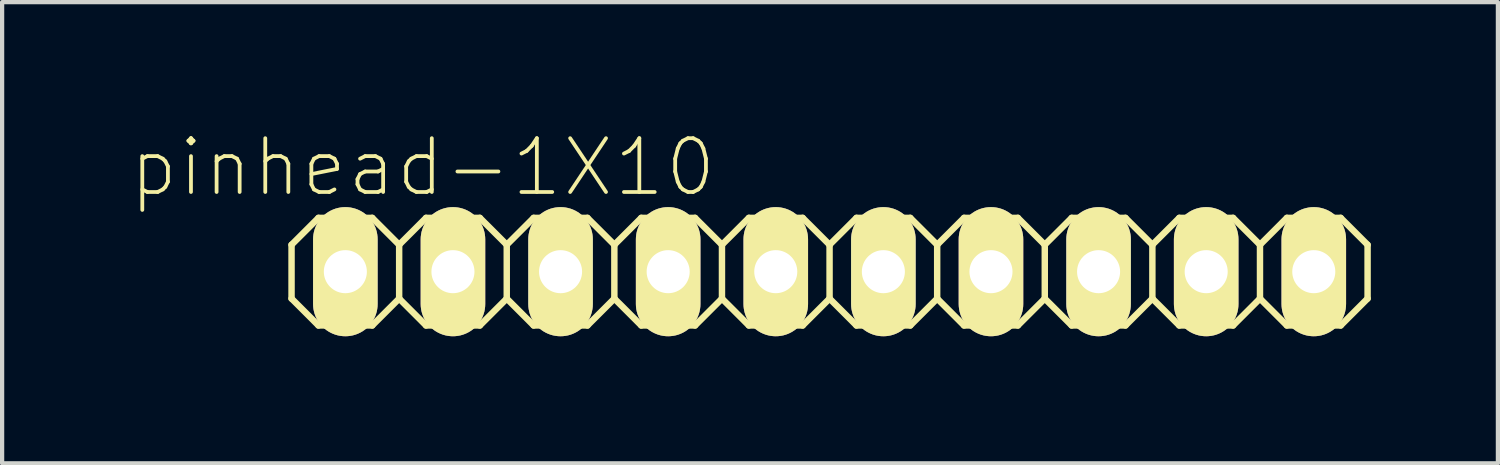
<source format=kicad_pcb>
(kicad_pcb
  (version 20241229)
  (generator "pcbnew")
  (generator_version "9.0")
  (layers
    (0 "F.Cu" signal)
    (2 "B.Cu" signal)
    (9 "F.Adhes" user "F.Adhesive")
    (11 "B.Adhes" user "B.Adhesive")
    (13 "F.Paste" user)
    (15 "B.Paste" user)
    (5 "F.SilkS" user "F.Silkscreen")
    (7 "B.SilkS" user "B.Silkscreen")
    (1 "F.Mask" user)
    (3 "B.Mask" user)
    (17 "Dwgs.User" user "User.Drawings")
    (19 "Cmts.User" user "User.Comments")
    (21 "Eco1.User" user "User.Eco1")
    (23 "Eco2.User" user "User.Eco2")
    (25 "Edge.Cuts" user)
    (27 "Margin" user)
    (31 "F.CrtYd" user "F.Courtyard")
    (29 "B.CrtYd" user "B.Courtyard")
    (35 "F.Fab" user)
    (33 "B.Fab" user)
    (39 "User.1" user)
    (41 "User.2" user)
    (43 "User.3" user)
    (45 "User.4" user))
  (footprint "pinhead-1X10"
    (layer "F.Cu")
    (at 16.532 3.363)
    (property "Reference" "pinhead-1X10" (at -9.601 -2.464 0) (layer "F.SilkS") (effects (font (size 1.27 1.27) (thickness 0.089))))
    (attr exclude_from_pos_files exclude_from_bom)
    (fp_line (start -12.7 -0.635) (end -12.7 0.635) (stroke (width 0.152) (type solid)) (layer "F.SilkS"))
    (fp_line (start -12.7 0.635) (end -12.065 1.27) (stroke (width 0.152) (type solid)) (layer "F.SilkS"))
    (fp_line (start -12.065 -1.27) (end -12.7 -0.635) (stroke (width 0.152) (type solid)) (layer "F.SilkS"))
    (fp_line (start -12.065 -1.27) (end -10.795 -1.27) (stroke (width 0.152) (type solid)) (layer "F.SilkS"))
    (fp_line (start -11.684 -0.254) (end -11.176 -0.254) (stroke (width 0.066) (type solid)) (layer "F.SilkS"))
    (fp_line (start -11.684 0.254) (end -11.684 -0.254) (stroke (width 0.066) (type solid)) (layer "F.SilkS"))
    (fp_line (start -11.684 0.254) (end -11.176 0.254) (stroke (width 0.066) (type solid)) (layer "F.SilkS"))
    (fp_line (start -11.176 0.254) (end -11.176 -0.254) (stroke (width 0.066) (type solid)) (layer "F.SilkS"))
    (fp_line (start -10.795 -1.27) (end -10.16 -0.635) (stroke (width 0.152) (type solid)) (layer "F.SilkS"))
    (fp_line (start -10.795 1.27) (end -12.065 1.27) (stroke (width 0.152) (type solid)) (layer "F.SilkS"))
    (fp_line (start -10.16 -0.635) (end -10.16 0.635) (stroke (width 0.152) (type solid)) (layer "F.SilkS"))
    (fp_line (start -10.16 -0.635) (end -9.525 -1.27) (stroke (width 0.152) (type solid)) (layer "F.SilkS"))
    (fp_line (start -10.16 0.635) (end -10.795 1.27) (stroke (width 0.152) (type solid)) (layer "F.SilkS"))
    (fp_line (start -9.525 -1.27) (end -8.255 -1.27) (stroke (width 0.152) (type solid)) (layer "F.SilkS"))
    (fp_line (start -9.525 1.27) (end -10.16 0.635) (stroke (width 0.152) (type solid)) (layer "F.SilkS"))
    (fp_line (start -9.144 -0.254) (end -8.636 -0.254) (stroke (width 0.066) (type solid)) (layer "F.SilkS"))
    (fp_line (start -9.144 0.254) (end -9.144 -0.254) (stroke (width 0.066) (type solid)) (layer "F.SilkS"))
    (fp_line (start -9.144 0.254) (end -8.636 0.254) (stroke (width 0.066) (type solid)) (layer "F.SilkS"))
    (fp_line (start -8.636 0.254) (end -8.636 -0.254) (stroke (width 0.066) (type solid)) (layer "F.SilkS"))
    (fp_line (start -8.255 -1.27) (end -7.62 -0.635) (stroke (width 0.152) (type solid)) (layer "F.SilkS"))
    (fp_line (start -8.255 1.27) (end -9.525 1.27) (stroke (width 0.152) (type solid)) (layer "F.SilkS"))
    (fp_line (start -7.62 -0.635) (end -7.62 0.635) (stroke (width 0.152) (type solid)) (layer "F.SilkS"))
    (fp_line (start -7.62 -0.635) (end -6.985 -1.27) (stroke (width 0.152) (type solid)) (layer "F.SilkS"))
    (fp_line (start -7.62 0.635) (end -8.255 1.27) (stroke (width 0.152) (type solid)) (layer "F.SilkS"))
    (fp_line (start -6.985 -1.27) (end -5.715 -1.27) (stroke (width 0.152) (type solid)) (layer "F.SilkS"))
    (fp_line (start -6.985 1.27) (end -7.62 0.635) (stroke (width 0.152) (type solid)) (layer "F.SilkS"))
    (fp_line (start -6.604 -0.254) (end -6.096 -0.254) (stroke (width 0.066) (type solid)) (layer "F.SilkS"))
    (fp_line (start -6.604 0.254) (end -6.604 -0.254) (stroke (width 0.066) (type solid)) (layer "F.SilkS"))
    (fp_line (start -6.604 0.254) (end -6.096 0.254) (stroke (width 0.066) (type solid)) (layer "F.SilkS"))
    (fp_line (start -6.096 0.254) (end -6.096 -0.254) (stroke (width 0.066) (type solid)) (layer "F.SilkS"))
    (fp_line (start -5.715 -1.27) (end -5.08 -0.635) (stroke (width 0.152) (type solid)) (layer "F.SilkS"))
    (fp_line (start -5.715 1.27) (end -6.985 1.27) (stroke (width 0.152) (type solid)) (layer "F.SilkS"))
    (fp_line (start -5.08 -0.635) (end -5.08 0.635) (stroke (width 0.152) (type solid)) (layer "F.SilkS"))
    (fp_line (start -5.08 0.635) (end -5.715 1.27) (stroke (width 0.152) (type solid)) (layer "F.SilkS"))
    (fp_line (start -5.08 0.635) (end -4.445 1.27) (stroke (width 0.152) (type solid)) (layer "F.SilkS"))
    (fp_line (start -4.445 -1.27) (end -5.08 -0.635) (stroke (width 0.152) (type solid)) (layer "F.SilkS"))
    (fp_line (start -4.445 -1.27) (end -3.175 -1.27) (stroke (width 0.152) (type solid)) (layer "F.SilkS"))
    (fp_line (start -4.064 -0.254) (end -3.556 -0.254) (stroke (width 0.066) (type solid)) (layer "F.SilkS"))
    (fp_line (start -4.064 0.254) (end -4.064 -0.254) (stroke (width 0.066) (type solid)) (layer "F.SilkS"))
    (fp_line (start -4.064 0.254) (end -3.556 0.254) (stroke (width 0.066) (type solid)) (layer "F.SilkS"))
    (fp_line (start -3.556 0.254) (end -3.556 -0.254) (stroke (width 0.066) (type solid)) (layer "F.SilkS"))
    (fp_line (start -3.175 -1.27) (end -2.54 -0.635) (stroke (width 0.152) (type solid)) (layer "F.SilkS"))
    (fp_line (start -3.175 1.27) (end -4.445 1.27) (stroke (width 0.152) (type solid)) (layer "F.SilkS"))
    (fp_line (start -2.54 -0.635) (end -2.54 0.635) (stroke (width 0.152) (type solid)) (layer "F.SilkS"))
    (fp_line (start -2.54 -0.635) (end -1.905 -1.27) (stroke (width 0.152) (type solid)) (layer "F.SilkS"))
    (fp_line (start -2.54 0.635) (end -3.175 1.27) (stroke (width 0.152) (type solid)) (layer "F.SilkS"))
    (fp_line (start -1.905 -1.27) (end -0.635 -1.27) (stroke (width 0.152) (type solid)) (layer "F.SilkS"))
    (fp_line (start -1.905 1.27) (end -2.54 0.635) (stroke (width 0.152) (type solid)) (layer "F.SilkS"))
    (fp_line (start -1.524 -0.254) (end -1.016 -0.254) (stroke (width 0.066) (type solid)) (layer "F.SilkS"))
    (fp_line (start -1.524 0.254) (end -1.524 -0.254) (stroke (width 0.066) (type solid)) (layer "F.SilkS"))
    (fp_line (start -1.524 0.254) (end -1.016 0.254) (stroke (width 0.066) (type solid)) (layer "F.SilkS"))
    (fp_line (start -1.016 0.254) (end -1.016 -0.254) (stroke (width 0.066) (type solid)) (layer "F.SilkS"))
    (fp_line (start -0.635 -1.27) (end 0 -0.635) (stroke (width 0.152) (type solid)) (layer "F.SilkS"))
    (fp_line (start -0.635 1.27) (end -1.905 1.27) (stroke (width 0.152) (type solid)) (layer "F.SilkS"))
    (fp_line (start 0 -0.635) (end 0 0.635) (stroke (width 0.152) (type solid)) (layer "F.SilkS"))
    (fp_line (start 0 -0.635) (end 0.635 -1.27) (stroke (width 0.152) (type solid)) (layer "F.SilkS"))
    (fp_line (start 0 0.635) (end -0.635 1.27) (stroke (width 0.152) (type solid)) (layer "F.SilkS"))
    (fp_line (start 0.635 -1.27) (end 1.905 -1.27) (stroke (width 0.152) (type solid)) (layer "F.SilkS"))
    (fp_line (start 0.635 1.27) (end 0 0.635) (stroke (width 0.152) (type solid)) (layer "F.SilkS"))
    (fp_line (start 1.016 -0.254) (end 1.524 -0.254) (stroke (width 0.066) (type solid)) (layer "F.SilkS"))
    (fp_line (start 1.016 0.254) (end 1.016 -0.254) (stroke (width 0.066) (type solid)) (layer "F.SilkS"))
    (fp_line (start 1.016 0.254) (end 1.524 0.254) (stroke (width 0.066) (type solid)) (layer "F.SilkS"))
    (fp_line (start 1.524 0.254) (end 1.524 -0.254) (stroke (width 0.066) (type solid)) (layer "F.SilkS"))
    (fp_line (start 1.905 -1.27) (end 2.54 -0.635) (stroke (width 0.152) (type solid)) (layer "F.SilkS"))
    (fp_line (start 1.905 1.27) (end 0.635 1.27) (stroke (width 0.152) (type solid)) (layer "F.SilkS"))
    (fp_line (start 2.54 -0.635) (end 2.54 0.635) (stroke (width 0.152) (type solid)) (layer "F.SilkS"))
    (fp_line (start 2.54 0.635) (end 1.905 1.27) (stroke (width 0.152) (type solid)) (layer "F.SilkS"))
    (fp_line (start 2.54 0.635) (end 3.175 1.27) (stroke (width 0.152) (type solid)) (layer "F.SilkS"))
    (fp_line (start 3.175 -1.27) (end 2.54 -0.635) (stroke (width 0.152) (type solid)) (layer "F.SilkS"))
    (fp_line (start 3.175 -1.27) (end 4.445 -1.27) (stroke (width 0.152) (type solid)) (layer "F.SilkS"))
    (fp_line (start 3.556 -0.254) (end 4.064 -0.254) (stroke (width 0.066) (type solid)) (layer "F.SilkS"))
    (fp_line (start 3.556 0.254) (end 3.556 -0.254) (stroke (width 0.066) (type solid)) (layer "F.SilkS"))
    (fp_line (start 3.556 0.254) (end 4.064 0.254) (stroke (width 0.066) (type solid)) (layer "F.SilkS"))
    (fp_line (start 4.064 0.254) (end 4.064 -0.254) (stroke (width 0.066) (type solid)) (layer "F.SilkS"))
    (fp_line (start 4.445 -1.27) (end 5.08 -0.635) (stroke (width 0.152) (type solid)) (layer "F.SilkS"))
    (fp_line (start 4.445 1.27) (end 3.175 1.27) (stroke (width 0.152) (type solid)) (layer "F.SilkS"))
    (fp_line (start 5.08 -0.635) (end 5.08 0.635) (stroke (width 0.152) (type solid)) (layer "F.SilkS"))
    (fp_line (start 5.08 -0.635) (end 5.715 -1.27) (stroke (width 0.152) (type solid)) (layer "F.SilkS"))
    (fp_line (start 5.08 0.635) (end 4.445 1.27) (stroke (width 0.152) (type solid)) (layer "F.SilkS"))
    (fp_line (start 5.715 -1.27) (end 6.985 -1.27) (stroke (width 0.152) (type solid)) (layer "F.SilkS"))
    (fp_line (start 5.715 1.27) (end 5.08 0.635) (stroke (width 0.152) (type solid)) (layer "F.SilkS"))
    (fp_line (start 6.096 -0.254) (end 6.604 -0.254) (stroke (width 0.066) (type solid)) (layer "F.SilkS"))
    (fp_line (start 6.096 0.254) (end 6.096 -0.254) (stroke (width 0.066) (type solid)) (layer "F.SilkS"))
    (fp_line (start 6.096 0.254) (end 6.604 0.254) (stroke (width 0.066) (type solid)) (layer "F.SilkS"))
    (fp_line (start 6.604 0.254) (end 6.604 -0.254) (stroke (width 0.066) (type solid)) (layer "F.SilkS"))
    (fp_line (start 6.985 -1.27) (end 7.62 -0.635) (stroke (width 0.152) (type solid)) (layer "F.SilkS"))
    (fp_line (start 6.985 1.27) (end 5.715 1.27) (stroke (width 0.152) (type solid)) (layer "F.SilkS"))
    (fp_line (start 7.62 -0.635) (end 7.62 0.635) (stroke (width 0.152) (type solid)) (layer "F.SilkS"))
    (fp_line (start 7.62 -0.635) (end 8.255 -1.27) (stroke (width 0.152) (type solid)) (layer "F.SilkS"))
    (fp_line (start 7.62 0.635) (end 6.985 1.27) (stroke (width 0.152) (type solid)) (layer "F.SilkS"))
    (fp_line (start 8.255 -1.27) (end 9.525 -1.27) (stroke (width 0.152) (type solid)) (layer "F.SilkS"))
    (fp_line (start 8.255 1.27) (end 7.62 0.635) (stroke (width 0.152) (type solid)) (layer "F.SilkS"))
    (fp_line (start 8.636 -0.254) (end 9.144 -0.254) (stroke (width 0.066) (type solid)) (layer "F.SilkS"))
    (fp_line (start 8.636 0.254) (end 8.636 -0.254) (stroke (width 0.066) (type solid)) (layer "F.SilkS"))
    (fp_line (start 8.636 0.254) (end 9.144 0.254) (stroke (width 0.066) (type solid)) (layer "F.SilkS"))
    (fp_line (start 9.144 0.254) (end 9.144 -0.254) (stroke (width 0.066) (type solid)) (layer "F.SilkS"))
    (fp_line (start 9.525 -1.27) (end 10.16 -0.635) (stroke (width 0.152) (type solid)) (layer "F.SilkS"))
    (fp_line (start 9.525 1.27) (end 8.255 1.27) (stroke (width 0.152) (type solid)) (layer "F.SilkS"))
    (fp_line (start 10.16 -0.635) (end 10.16 0.635) (stroke (width 0.152) (type solid)) (layer "F.SilkS"))
    (fp_line (start 10.16 0.635) (end 9.525 1.27) (stroke (width 0.152) (type solid)) (layer "F.SilkS"))
    (fp_line (start 10.16 0.635) (end 10.795 1.27) (stroke (width 0.152) (type solid)) (layer "F.SilkS"))
    (fp_line (start 10.795 -1.27) (end 10.16 -0.635) (stroke (width 0.152) (type solid)) (layer "F.SilkS"))
    (fp_line (start 10.795 -1.27) (end 12.065 -1.27) (stroke (width 0.152) (type solid)) (layer "F.SilkS"))
    (fp_line (start 11.176 -0.254) (end 11.684 -0.254) (stroke (width 0.066) (type solid)) (layer "F.SilkS"))
    (fp_line (start 11.176 0.254) (end 11.176 -0.254) (stroke (width 0.066) (type solid)) (layer "F.SilkS"))
    (fp_line (start 11.176 0.254) (end 11.684 0.254) (stroke (width 0.066) (type solid)) (layer "F.SilkS"))
    (fp_line (start 11.684 0.254) (end 11.684 -0.254) (stroke (width 0.066) (type solid)) (layer "F.SilkS"))
    (fp_line (start 12.065 -1.27) (end 12.7 -0.635) (stroke (width 0.152) (type solid)) (layer "F.SilkS"))
    (fp_line (start 12.065 1.27) (end 10.795 1.27) (stroke (width 0.152) (type solid)) (layer "F.SilkS"))
    (fp_line (start 12.7 -0.635) (end 12.7 0.635) (stroke (width 0.152) (type solid)) (layer "F.SilkS"))
    (fp_line (start 12.7 0.635) (end 12.065 1.27) (stroke (width 0.152) (type solid)) (layer "F.SilkS"))
    (pad "1" thru_hole oval (at -11.43 0) (size 1.524 3.048) (drill 1.016) (layers "*.Cu" "*.Mask" "F.SilkS"))
    (pad "2" thru_hole oval (at -8.89 0) (size 1.524 3.048) (drill 1.016) (layers "*.Cu" "*.Mask" "F.SilkS"))
    (pad "3" thru_hole oval (at -6.35 0) (size 1.524 3.048) (drill 1.016) (layers "*.Cu" "*.Mask" "F.SilkS"))
    (pad "4" thru_hole oval (at -3.81 0) (size 1.524 3.048) (drill 1.016) (layers "*.Cu" "*.Mask" "F.SilkS"))
    (pad "5" thru_hole oval (at -1.27 0) (size 1.524 3.048) (drill 1.016) (layers "*.Cu" "*.Mask" "F.SilkS"))
    (pad "6" thru_hole oval (at 1.27 0) (size 1.524 3.048) (drill 1.016) (layers "*.Cu" "*.Mask" "F.SilkS"))
    (pad "7" thru_hole oval (at 3.81 0) (size 1.524 3.048) (drill 1.016) (layers "*.Cu" "*.Mask" "F.SilkS"))
    (pad "8" thru_hole oval (at 6.35 0) (size 1.524 3.048) (drill 1.016) (layers "*.Cu" "*.Mask" "F.SilkS"))
    (pad "9" thru_hole oval (at 8.89 0) (size 1.524 3.048) (drill 1.016) (layers "*.Cu" "*.Mask" "F.SilkS"))
    (pad "10" thru_hole oval (at 11.43 0) (size 1.524 3.048) (drill 1.016) (layers "*.Cu" "*.Mask" "F.SilkS")))
  (gr_rect
    (start -3 -3)
    (end 32.308 7.887)
    (stroke (width 0.1) (type default))
    (fill no)
    (layer "Edge.Cuts")))
</source>
